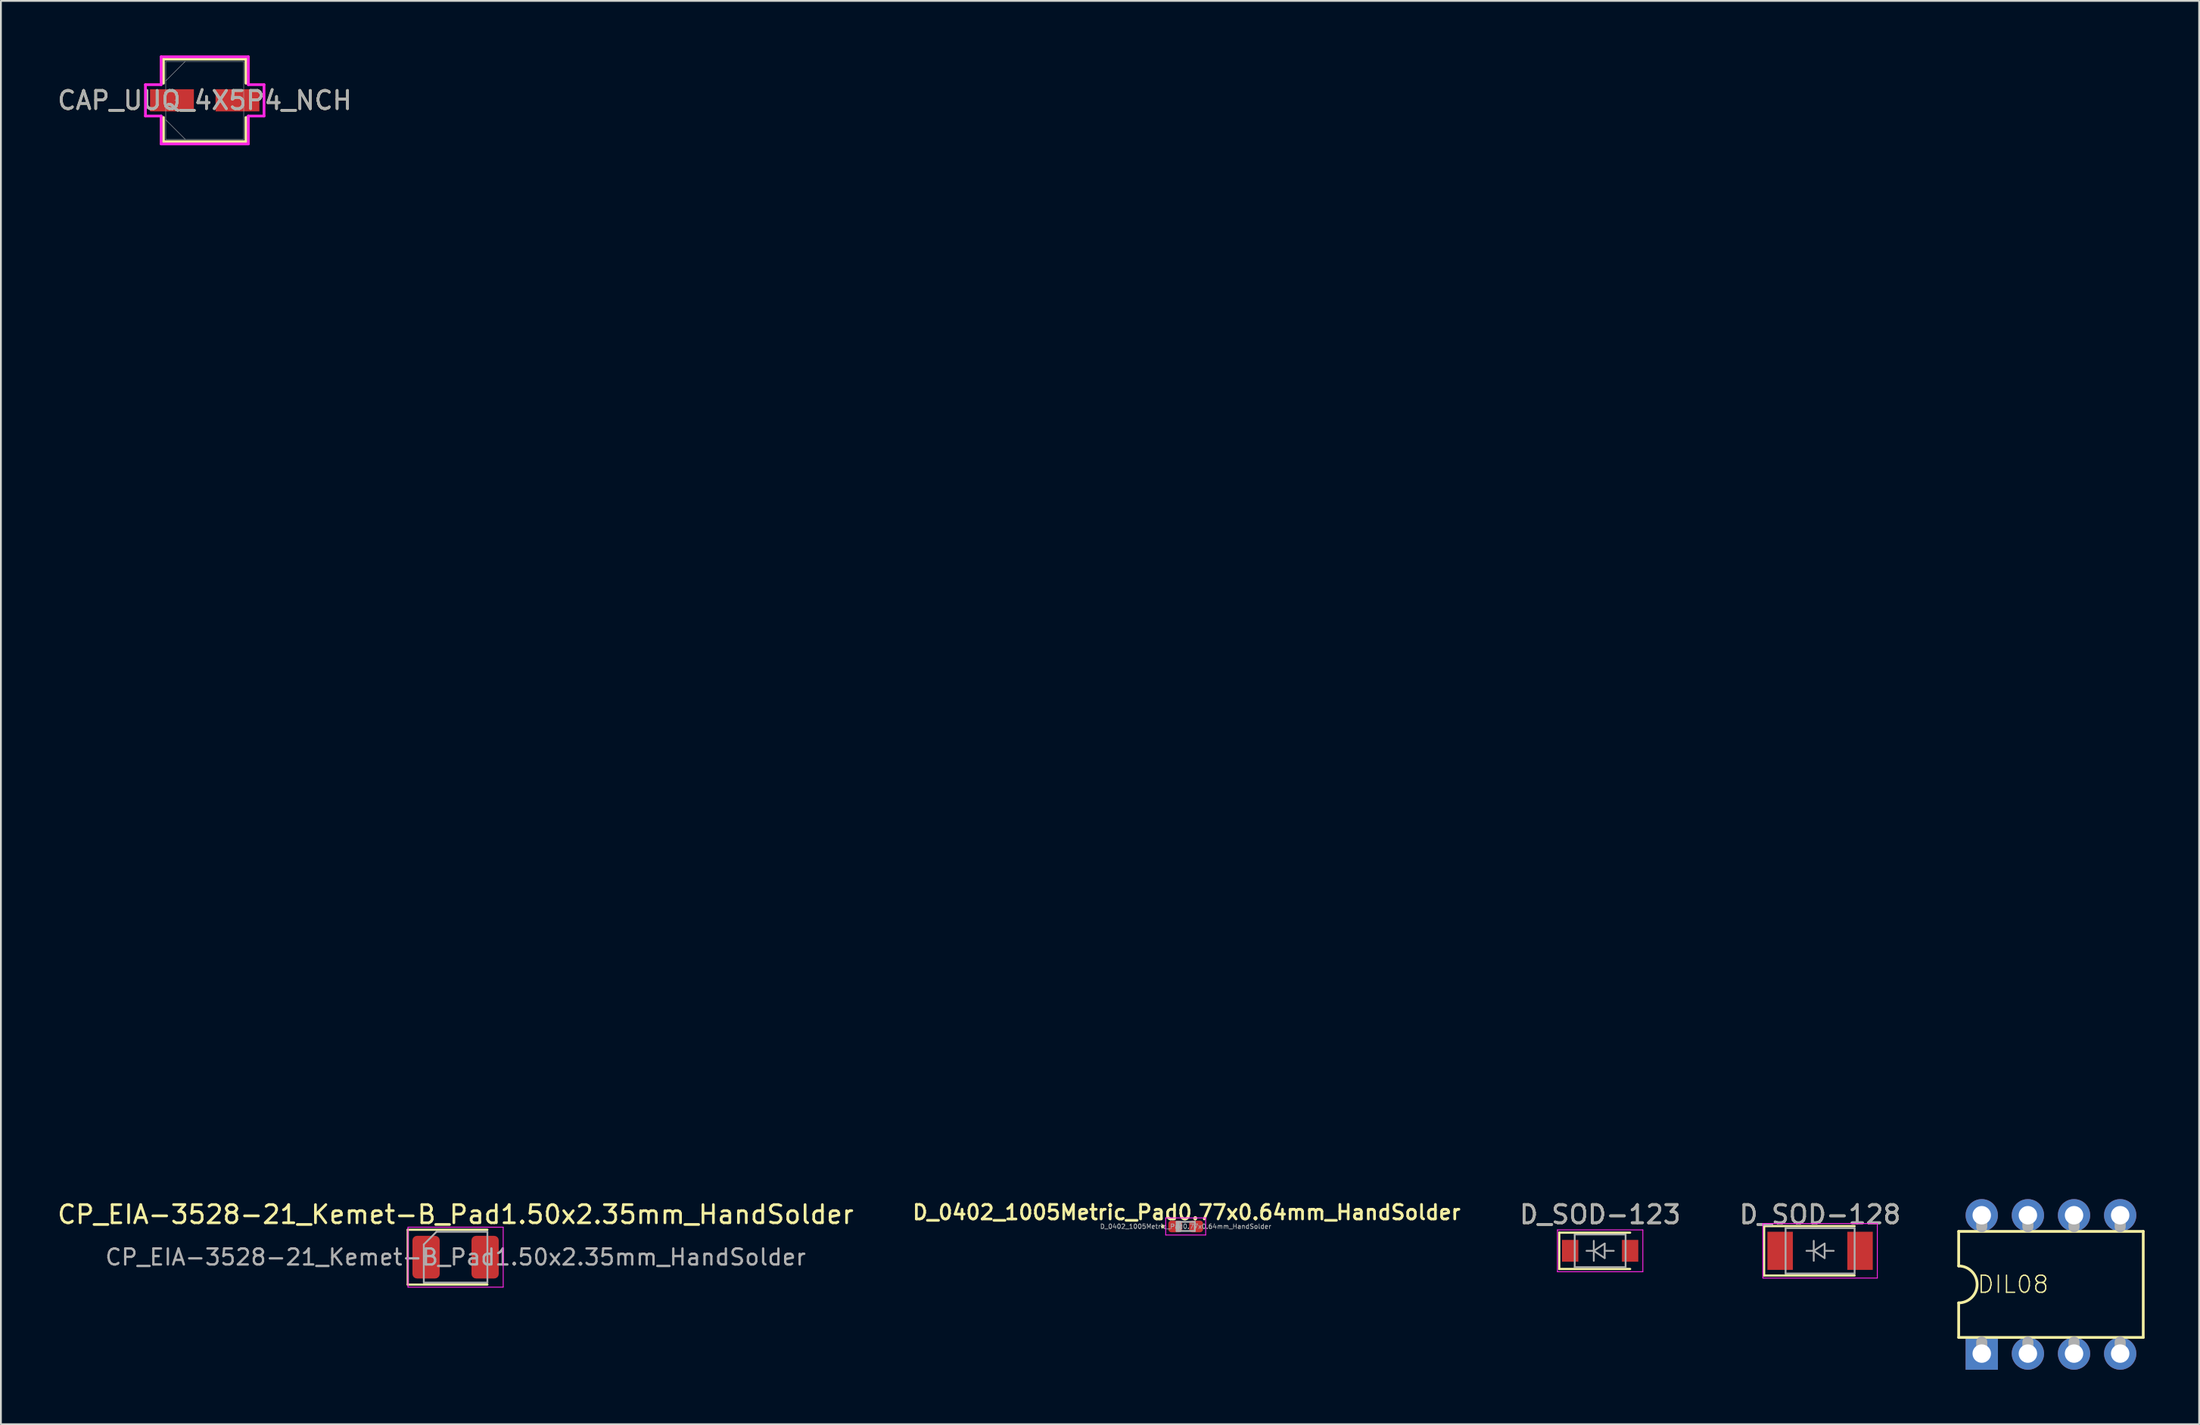
<source format=kicad_pcb>
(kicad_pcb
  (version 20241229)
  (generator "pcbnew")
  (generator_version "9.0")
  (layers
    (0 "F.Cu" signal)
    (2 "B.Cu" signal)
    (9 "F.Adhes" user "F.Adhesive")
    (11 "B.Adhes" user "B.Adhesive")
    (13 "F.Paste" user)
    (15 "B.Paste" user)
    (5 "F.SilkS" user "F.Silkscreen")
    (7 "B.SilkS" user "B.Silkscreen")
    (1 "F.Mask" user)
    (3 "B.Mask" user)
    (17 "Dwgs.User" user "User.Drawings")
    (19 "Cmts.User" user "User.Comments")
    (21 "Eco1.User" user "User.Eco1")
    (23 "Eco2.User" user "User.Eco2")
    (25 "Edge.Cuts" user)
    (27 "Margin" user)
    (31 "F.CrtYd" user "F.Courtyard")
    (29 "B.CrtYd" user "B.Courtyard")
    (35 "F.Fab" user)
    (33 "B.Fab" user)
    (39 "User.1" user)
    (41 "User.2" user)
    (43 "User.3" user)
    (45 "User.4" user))
  (footprint "CP_EIA-3528-21_Kemet-B_Pad1.50x2.35mm_HandSolder"
    (layer "F.Cu")
    (at 22.03 66.194)
    (property "Reference" "CP_EIA-3528-21_Kemet-B_Pad1.50x2.35mm_HandSolder" (at 0 -2.35 0) (layer "F.SilkS") (effects (font (size 1 1) (thickness 0.15))))
    (attr smd dnp)
    (fp_line (start -2.635 -1.51) (end 1.75 -1.51) (stroke (width 0.12) (type solid)) (layer "F.SilkS"))
    (fp_line (start -2.635 1.51) (end -2.635 -1.51) (stroke (width 0.12) (type solid)) (layer "F.SilkS"))
    (fp_line (start 1.75 1.51) (end -2.635 1.51) (stroke (width 0.12) (type solid)) (layer "F.SilkS"))
    (fp_line (start -2.62 -1.65) (end -2.62 1.65) (stroke (width 0.05) (type solid)) (layer "F.CrtYd"))
    (fp_line (start -2.62 1.65) (end 2.62 1.65) (stroke (width 0.05) (type solid)) (layer "F.CrtYd"))
    (fp_line (start 2.62 -1.65) (end -2.62 -1.65) (stroke (width 0.05) (type solid)) (layer "F.CrtYd"))
    (fp_line (start 2.62 1.65) (end 2.62 -1.65) (stroke (width 0.05) (type solid)) (layer "F.CrtYd"))
    (fp_line (start -1.75 -0.7) (end -1.05 -1.4) (stroke (width 0.1) (type solid)) (layer "F.Fab"))
    (fp_line (start -1.75 1.4) (end -1.75 -0.7) (stroke (width 0.1) (type solid)) (layer "F.Fab"))
    (fp_line (start -1.05 -1.4) (end 1.75 -1.4) (stroke (width 0.1) (type solid)) (layer "F.Fab"))
    (fp_line (start 1.75 -1.4) (end 1.75 1.4) (stroke (width 0.1) (type solid)) (layer "F.Fab"))
    (fp_line (start 1.75 1.4) (end -1.75 1.4) (stroke (width 0.1) (type solid)) (layer "F.Fab"))
    (fp_text user "${REFERENCE}" (at 0 0 0) (layer "F.Fab") (effects (font (size 0.88 0.88) (thickness 0.13))))
    (pad "1" smd roundrect (at -1.625 0 180) (size 1.5 2.35) (layers "F.Cu" "F.Mask" "F.Paste") (roundrect_rratio 0.167))
    (pad "2" smd roundrect (at 1.625 0 180) (size 1.5 2.35) (layers "F.Cu" "F.Mask" "F.Paste") (roundrect_rratio 0.167)))
  (footprint "CAP_UUQ_4X5P4_NCH"
    (layer "F.Cu")
    (at 8.22 2.477)
    (property "Reference" "CAP_UUQ_4X5P4_NCH" (at 0 0 0) (unlocked yes) (layer "F.SilkS") (effects (font (size 1 1) (thickness 0.15))))
    (attr smd)
    (fp_line (start -2.273 -2.273) (end -2.273 -0.942) (stroke (width 0.152) (type solid)) (layer "F.SilkS"))
    (fp_line (start -2.273 0.942) (end -2.273 2.273) (stroke (width 0.152) (type solid)) (layer "F.SilkS"))
    (fp_line (start -2.273 2.273) (end 2.273 2.273) (stroke (width 0.152) (type solid)) (layer "F.SilkS"))
    (fp_line (start 2.273 -2.273) (end -2.273 -2.273) (stroke (width 0.152) (type solid)) (layer "F.SilkS"))
    (fp_line (start 2.273 -0.942) (end 2.273 -2.273) (stroke (width 0.152) (type solid)) (layer "F.SilkS"))
    (fp_line (start 2.273 2.273) (end 2.273 0.942) (stroke (width 0.152) (type solid)) (layer "F.SilkS"))
    (fp_line (start -3.264 -0.864) (end -2.4 -0.864) (stroke (width 0.152) (type solid)) (layer "F.CrtYd"))
    (fp_line (start -3.264 0.864) (end -3.264 -0.864) (stroke (width 0.152) (type solid)) (layer "F.CrtYd"))
    (fp_line (start -2.4 -2.4) (end 2.4 -2.4) (stroke (width 0.152) (type solid)) (layer "F.CrtYd"))
    (fp_line (start -2.4 -0.864) (end -2.4 -2.4) (stroke (width 0.152) (type solid)) (layer "F.CrtYd"))
    (fp_line (start -2.4 0.864) (end -3.264 0.864) (stroke (width 0.152) (type solid)) (layer "F.CrtYd"))
    (fp_line (start -2.4 2.4) (end -2.4 0.864) (stroke (width 0.152) (type solid)) (layer "F.CrtYd"))
    (fp_line (start 2.4 -2.4) (end 2.4 -0.864) (stroke (width 0.152) (type solid)) (layer "F.CrtYd"))
    (fp_line (start 2.4 -0.864) (end 3.264 -0.864) (stroke (width 0.152) (type solid)) (layer "F.CrtYd"))
    (fp_line (start 2.4 0.864) (end 2.4 2.4) (stroke (width 0.152) (type solid)) (layer "F.CrtYd"))
    (fp_line (start 2.4 2.4) (end -2.4 2.4) (stroke (width 0.152) (type solid)) (layer "F.CrtYd"))
    (fp_line (start 3.264 -0.864) (end 3.264 0.864) (stroke (width 0.152) (type solid)) (layer "F.CrtYd"))
    (fp_line (start 3.264 0.864) (end 2.4 0.864) (stroke (width 0.152) (type solid)) (layer "F.CrtYd"))
    (fp_line (start -2.146 -2.146) (end -2.146 2.146) (stroke (width 0.025) (type solid)) (layer "F.Fab"))
    (fp_line (start -2.146 -1.073) (end -1.073 -2.146) (stroke (width 0.025) (type solid)) (layer "F.Fab"))
    (fp_line (start -2.146 1.073) (end -1.073 2.146) (stroke (width 0.025) (type solid)) (layer "F.Fab"))
    (fp_line (start -2.146 2.146) (end 2.146 2.146) (stroke (width 0.025) (type solid)) (layer "F.Fab"))
    (fp_line (start 2.146 -2.146) (end -2.146 -2.146) (stroke (width 0.025) (type solid)) (layer "F.Fab"))
    (fp_line (start 2.146 2.146) (end 2.146 -2.146) (stroke (width 0.025) (type solid)) (layer "F.Fab"))
    (fp_circle (center -1.638 0) (end -1.638 0) (stroke (width 0.025) (type solid)) (fill no) (layer "F.Fab"))
    (fp_text user "${REFERENCE}" (at 0 0 0) (unlocked yes) (layer "F.Fab") (effects (font (size 1 1) (thickness 0.15))))
    (pad "1" smd rect (at -1.803 0) (size 2.413 1.219) (layers "F.Cu" "F.Mask" "F.Paste"))
    (pad "2" smd rect (at 1.803 0) (size 2.413 1.219) (layers "F.Cu" "F.Mask" "F.Paste"))
    (zone (net_name "") (layer "F.Cu") (hatch full 0.508) (connect_pads) (min_thickness 0.254) (filled_areas_thickness no) (keepout (tracks not_allowed) (vias not_allowed) (pads allowed) (copperpour not_allowed) (footprints allowed)) (placement (enabled no)) (fill) (polygon (pts (xy 90.348 55.805) (xy 94.539 55.805) (xy 94.539 57.24) (xy 90.348 57.24))))
    (zone (net_name "") (layer "F.Cu") (hatch full 0.508) (connect_pads) (min_thickness 0.254) (filled_areas_thickness no) (keepout (tracks not_allowed) (vias not_allowed) (pads allowed) (copperpour not_allowed) (footprints allowed)) (placement (enabled no)) (fill) (polygon (pts (xy 90.348 58.561) (xy 94.539 58.561) (xy 94.539 59.996) (xy 90.348 59.996))))
    (zone (net_name "") (layer "F.Cu") (hatch full 0.508) (connect_pads) (min_thickness 0.254) (filled_areas_thickness no) (keepout (tracks not_allowed) (vias not_allowed) (pads allowed) (copperpour not_allowed) (footprints allowed)) (placement (enabled no)) (fill) (polygon (pts (xy 91.897 57.24) (xy 92.989 57.24) (xy 92.989 58.561) (xy 91.897 58.561)))))
  (footprint "D_SOD-128"
    (layer "F.Cu")
    (at 97.144 65.844)
    (property "Reference" "D_SOD-128" (at 0 -2 180) (layer "F.SilkS") (effects (font (size 1 1) (thickness 0.15))))
    (attr smd)
    (fp_line (start -3.08 -1.36) (end -3.08 1.36) (stroke (width 0.12) (type solid)) (layer "F.SilkS"))
    (fp_line (start -3.08 -1.36) (end 1.9 -1.36) (stroke (width 0.12) (type solid)) (layer "F.SilkS"))
    (fp_line (start -3.08 1.36) (end 1.9 1.36) (stroke (width 0.12) (type solid)) (layer "F.SilkS"))
    (fp_line (start -3.15 -1.5) (end -3.15 1.5) (stroke (width 0.05) (type solid)) (layer "F.CrtYd"))
    (fp_line (start -3.15 -1.5) (end 3.15 -1.5) (stroke (width 0.05) (type solid)) (layer "F.CrtYd"))
    (fp_line (start 3.15 -1.5) (end 3.15 1.5) (stroke (width 0.05) (type solid)) (layer "F.CrtYd"))
    (fp_line (start 3.15 1.5) (end -3.15 1.5) (stroke (width 0.05) (type solid)) (layer "F.CrtYd"))
    (fp_line (start -1.9 -1.25) (end 1.9 -1.25) (stroke (width 0.1) (type solid)) (layer "F.Fab"))
    (fp_line (start -1.9 1.25) (end -1.9 -1.25) (stroke (width 0.1) (type solid)) (layer "F.Fab"))
    (fp_line (start -0.75 0) (end -0.35 0) (stroke (width 0.1) (type solid)) (layer "F.Fab"))
    (fp_line (start -0.35 0) (end -0.35 -0.55) (stroke (width 0.1) (type solid)) (layer "F.Fab"))
    (fp_line (start -0.35 0) (end -0.35 0.55) (stroke (width 0.1) (type solid)) (layer "F.Fab"))
    (fp_line (start -0.35 0) (end 0.25 -0.4) (stroke (width 0.1) (type solid)) (layer "F.Fab"))
    (fp_line (start 0.25 -0.4) (end 0.25 0.4) (stroke (width 0.1) (type solid)) (layer "F.Fab"))
    (fp_line (start 0.25 0) (end 0.75 0) (stroke (width 0.1) (type solid)) (layer "F.Fab"))
    (fp_line (start 0.25 0.4) (end -0.35 0) (stroke (width 0.1) (type solid)) (layer "F.Fab"))
    (fp_line (start 1.9 -1.25) (end 1.9 1.25) (stroke (width 0.1) (type solid)) (layer "F.Fab"))
    (fp_line (start 1.9 1.25) (end -1.9 1.25) (stroke (width 0.1) (type solid)) (layer "F.Fab"))
    (fp_text user "${REFERENCE}" (at 0 -2 180) (layer "F.Fab") (effects (font (size 1 1) (thickness 0.15))))
    (pad "1" smd rect (at -2.2 0) (size 1.4 2.1) (layers "F.Cu" "F.Mask" "F.Paste"))
    (pad "2" smd rect (at 2.2 0) (size 1.4 2.1) (layers "F.Cu" "F.Mask" "F.Paste")))
  (footprint "D_0402_1005Metric_Pad0.77x0.64mm_HandSolder"
    (layer "F.Cu")
    (at 62.221 64.502)
    (property "Reference" "D_0402_1005Metric_Pad0.77x0.64mm_HandSolder" (at 0.05 -0.775 0) (layer "F.SilkS") (effects (font (size 0.8 0.8) (thickness 0.15))))
    (attr smd)
    (fp_circle (center -1.265 0) (end -1.215 0) (stroke (width 0.1) (type solid)) (fill no) (layer "F.SilkS"))
    (fp_line (start -1.1 -0.47) (end 1.1 -0.47) (stroke (width 0.05) (type solid)) (layer "F.CrtYd"))
    (fp_line (start -1.1 0.47) (end -1.1 -0.47) (stroke (width 0.05) (type solid)) (layer "F.CrtYd"))
    (fp_line (start 1.1 -0.47) (end 1.1 0.47) (stroke (width 0.05) (type solid)) (layer "F.CrtYd"))
    (fp_line (start 1.1 0.47) (end -1.1 0.47) (stroke (width 0.05) (type solid)) (layer "F.CrtYd"))
    (fp_line (start -0.5 -0.25) (end 0.5 -0.25) (stroke (width 0.1) (type solid)) (layer "F.Fab"))
    (fp_line (start -0.5 0.25) (end -0.5 -0.25) (stroke (width 0.1) (type solid)) (layer "F.Fab"))
    (fp_line (start -0.4 0.25) (end -0.4 -0.25) (stroke (width 0.1) (type solid)) (layer "F.Fab"))
    (fp_line (start -0.3 0.25) (end -0.3 -0.25) (stroke (width 0.1) (type solid)) (layer "F.Fab"))
    (fp_line (start 0.5 -0.25) (end 0.5 0.25) (stroke (width 0.1) (type solid)) (layer "F.Fab"))
    (fp_line (start 0.5 0.25) (end -0.5 0.25) (stroke (width 0.1) (type solid)) (layer "F.Fab"))
    (fp_text user "${REFERENCE}" (at 0 0 0) (layer "F.Fab") (effects (font (size 0.25 0.25) (thickness 0.04))))
    (pad "1" smd roundrect (at -0.573 0) (size 0.765 0.64) (layers "F.Cu" "F.Mask" "F.Paste") (roundrect_rratio 0.25))
    (pad "2" smd roundrect (at 0.573 0) (size 0.765 0.64) (layers "F.Cu" "F.Mask" "F.Paste") (roundrect_rratio 0.25)))
  (footprint "D_SOD-123"
    (layer "F.Cu")
    (at 85.036 65.844)
    (property "Reference" "D_SOD-123" (at 0 -2 180) (layer "F.SilkS") (effects (font (size 1 1) (thickness 0.15))))
    (attr smd)
    (fp_line (start -2.25 -1) (end -2.25 1) (stroke (width 0.12) (type solid)) (layer "F.SilkS"))
    (fp_line (start -2.25 -1) (end 1.65 -1) (stroke (width 0.12) (type solid)) (layer "F.SilkS"))
    (fp_line (start -2.25 1) (end 1.65 1) (stroke (width 0.12) (type solid)) (layer "F.SilkS"))
    (fp_line (start -2.35 -1.15) (end -2.35 1.15) (stroke (width 0.05) (type solid)) (layer "F.CrtYd"))
    (fp_line (start -2.35 -1.15) (end 2.35 -1.15) (stroke (width 0.05) (type solid)) (layer "F.CrtYd"))
    (fp_line (start 2.35 -1.15) (end 2.35 1.15) (stroke (width 0.05) (type solid)) (layer "F.CrtYd"))
    (fp_line (start 2.35 1.15) (end -2.35 1.15) (stroke (width 0.05) (type solid)) (layer "F.CrtYd"))
    (fp_line (start -1.4 -0.9) (end 1.4 -0.9) (stroke (width 0.1) (type solid)) (layer "F.Fab"))
    (fp_line (start -1.4 0.9) (end -1.4 -0.9) (stroke (width 0.1) (type solid)) (layer "F.Fab"))
    (fp_line (start -0.75 0) (end -0.35 0) (stroke (width 0.1) (type solid)) (layer "F.Fab"))
    (fp_line (start -0.35 0) (end -0.35 -0.55) (stroke (width 0.1) (type solid)) (layer "F.Fab"))
    (fp_line (start -0.35 0) (end -0.35 0.55) (stroke (width 0.1) (type solid)) (layer "F.Fab"))
    (fp_line (start -0.35 0) (end 0.25 -0.4) (stroke (width 0.1) (type solid)) (layer "F.Fab"))
    (fp_line (start 0.25 -0.4) (end 0.25 0.4) (stroke (width 0.1) (type solid)) (layer "F.Fab"))
    (fp_line (start 0.25 0) (end 0.75 0) (stroke (width 0.1) (type solid)) (layer "F.Fab"))
    (fp_line (start 0.25 0.4) (end -0.35 0) (stroke (width 0.1) (type solid)) (layer "F.Fab"))
    (fp_line (start 1.4 -0.9) (end 1.4 0.9) (stroke (width 0.1) (type solid)) (layer "F.Fab"))
    (fp_line (start 1.4 0.9) (end -1.4 0.9) (stroke (width 0.1) (type solid)) (layer "F.Fab"))
    (fp_text user "${REFERENCE}" (at 0 -2 180) (layer "F.Fab") (effects (font (size 1 1) (thickness 0.15))))
    (pad "1" smd rect (at -1.65 0) (size 0.9 1.2) (layers "F.Cu" "F.Mask" "F.Paste"))
    (pad "2" smd rect (at 1.65 0) (size 0.9 1.2) (layers "F.Cu" "F.Mask" "F.Paste")))
  (footprint "DIL08"
    (layer "F.Cu")
    (at 109.853 67.695)
    (property "Reference" "DIL08" (at -0.064 0 180) (layer "F.SilkS") (effects (font (size 0.943 0.943) (thickness 0.073)) (justify right)))
    (fp_line (start -5.08 -2.921) (end -5.08 -1.016) (stroke (width 0.152) (type solid)) (layer "F.SilkS"))
    (fp_line (start -5.08 2.921) (end -5.08 1.016) (stroke (width 0.152) (type solid)) (layer "F.SilkS"))
    (fp_line (start -5.08 2.921) (end 5.08 2.921) (stroke (width 0.152) (type solid)) (layer "F.SilkS"))
    (fp_line (start 5.08 -2.921) (end -5.08 -2.921) (stroke (width 0.152) (type solid)) (layer "F.SilkS"))
    (fp_line (start 5.08 -2.921) (end 5.08 2.921) (stroke (width 0.152) (type solid)) (layer "F.SilkS"))
    (fp_arc (start -5.08 -1.016) (mid -4.064 0) (end -5.08 1.016) (stroke (width 0.1524) (type solid)) (layer "F.SilkS"))
    (fp_line (start -3.81 -3.81) (end -3.81 -3.175) (stroke (width 0.61) (type solid)) (layer "F.Fab"))
    (fp_line (start -3.81 3.81) (end -3.81 3.175) (stroke (width 0.61) (type solid)) (layer "F.Fab"))
    (fp_line (start -1.27 -3.81) (end -1.27 -3.175) (stroke (width 0.61) (type solid)) (layer "F.Fab"))
    (fp_line (start -1.27 3.81) (end -1.27 3.175) (stroke (width 0.61) (type solid)) (layer "F.Fab"))
    (fp_line (start 1.27 -3.81) (end 1.27 -3.175) (stroke (width 0.61) (type solid)) (layer "F.Fab"))
    (fp_line (start 1.27 3.81) (end 1.27 3.175) (stroke (width 0.61) (type solid)) (layer "F.Fab"))
    (fp_line (start 3.81 -3.81) (end 3.81 -3.175) (stroke (width 0.61) (type solid)) (layer "F.Fab"))
    (fp_line (start 3.81 3.81) (end 3.81 3.175) (stroke (width 0.61) (type solid)) (layer "F.Fab"))
    (pad "1" thru_hole rect (at -3.81 3.81 90) (size 1.778 1.778) (drill 1.016) (layers "*.Cu" "*.Mask"))
    (pad "2" thru_hole circle (at -1.27 3.81 90) (size 1.778 1.778) (drill 1.016) (layers "*.Cu" "*.Mask"))
    (pad "3" thru_hole circle (at 1.27 3.81 90) (size 1.778 1.778) (drill 1.016) (layers "*.Cu" "*.Mask"))
    (pad "4" thru_hole circle (at 3.81 3.81 90) (size 1.778 1.778) (drill 1.016) (layers "*.Cu" "*.Mask"))
    (pad "5" thru_hole circle (at 3.81 -3.81 90) (size 1.778 1.778) (drill 1.016) (layers "*.Cu" "*.Mask"))
    (pad "6" thru_hole circle (at 1.27 -3.81 90) (size 1.778 1.778) (drill 1.016) (layers "*.Cu" "*.Mask"))
    (pad "7" thru_hole circle (at -1.27 -3.81 90) (size 1.778 1.778) (drill 1.016) (layers "*.Cu" "*.Mask"))
    (pad "8" thru_hole circle (at -3.81 -3.81 90) (size 1.778 1.778) (drill 1.016) (layers "*.Cu" "*.Mask")))
  (gr_rect
    (start -3 -3)
    (end 118.01 75.394)
    (stroke (width 0.1) (type default))
    (fill no)
    (layer "Edge.Cuts")))
</source>
